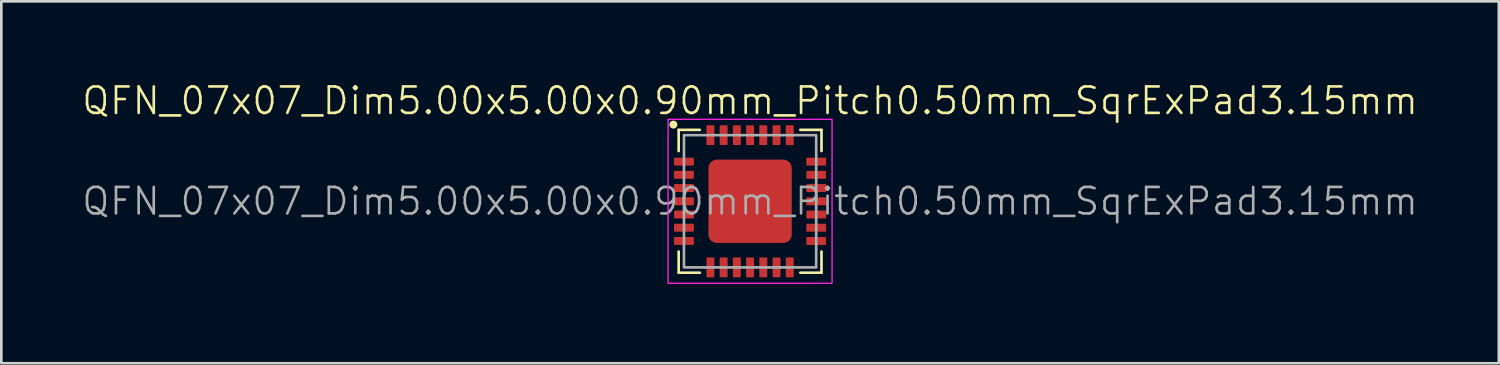
<source format=kicad_pcb>
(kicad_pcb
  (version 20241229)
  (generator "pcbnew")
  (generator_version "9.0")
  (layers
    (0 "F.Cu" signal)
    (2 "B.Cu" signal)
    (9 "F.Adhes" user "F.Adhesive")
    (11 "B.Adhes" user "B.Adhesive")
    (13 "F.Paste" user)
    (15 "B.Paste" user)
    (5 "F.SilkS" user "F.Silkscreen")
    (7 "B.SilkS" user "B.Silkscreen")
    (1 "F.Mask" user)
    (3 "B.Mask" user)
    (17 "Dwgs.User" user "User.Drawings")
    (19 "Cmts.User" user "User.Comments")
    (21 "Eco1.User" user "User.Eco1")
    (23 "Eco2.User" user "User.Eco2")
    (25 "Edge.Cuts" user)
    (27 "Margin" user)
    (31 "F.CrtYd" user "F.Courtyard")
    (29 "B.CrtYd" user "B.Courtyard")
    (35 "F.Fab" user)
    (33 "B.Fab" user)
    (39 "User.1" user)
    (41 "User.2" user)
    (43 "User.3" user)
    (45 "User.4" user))
  (footprint "QFN_07x07_Dim5.00x5.00x0.90mm_Pitch0.50mm_SqrExPad3.15mm"
    (layer "F.Cu")
    (at 25.312 4.561)
    (property "Reference" "QFN_07x07_Dim5.00x5.00x0.90mm_Pitch0.50mm_SqrExPad3.15mm" (at 0 -3.8 0) (unlocked yes) (layer "F.SilkS") (effects (font (size 1 1) (thickness 0.1))))
    (attr smd)
    (fp_line (start -2.7 -2.7) (end -2.7 -1.9) (stroke (width 0.1) (type default)) (layer "F.SilkS"))
    (fp_line (start -2.7 2.7) (end -2.7 1.9) (stroke (width 0.1) (type default)) (layer "F.SilkS"))
    (fp_line (start -1.9 -2.7) (end -2.7 -2.7) (stroke (width 0.1) (type default)) (layer "F.SilkS"))
    (fp_line (start -1.9 2.7) (end -2.7 2.7) (stroke (width 0.1) (type default)) (layer "F.SilkS"))
    (fp_line (start 1.9 -2.7) (end 2.7 -2.7) (stroke (width 0.1) (type default)) (layer "F.SilkS"))
    (fp_line (start 2.7 -2.7) (end 2.7 -1.9) (stroke (width 0.1) (type default)) (layer "F.SilkS"))
    (fp_line (start 2.7 1.9) (end 2.7 2.7) (stroke (width 0.1) (type default)) (layer "F.SilkS"))
    (fp_line (start 2.7 2.7) (end 1.9 2.7) (stroke (width 0.1) (type default)) (layer "F.SilkS"))
    (fp_circle (center -2.9 -2.9) (end -2.8 -2.9) (stroke (width 0.1) (type solid)) (fill yes) (layer "F.SilkS"))
    (fp_rect (start -3.1 -3.1) (end 3.1 3.1) (stroke (width 0.05) (type default)) (fill no) (layer "F.CrtYd"))
    (fp_rect (start -2.5 -2.5) (end 2.5 2.5) (stroke (width 0.1) (type default)) (fill no) (layer "F.Fab"))
    (fp_text user "${REFERENCE}" (at 0 0 0) (unlocked yes) (layer "F.Fab") (effects (font (size 1 1) (thickness 0.1))))
    (pad "1" smd roundrect (at -2.5 -1.5) (size 0.75 0.3) (layers "F.Cu" "F.Mask" "F.Paste") (roundrect_rratio 0.1))
    (pad "2" smd roundrect (at -2.5 -1) (size 0.75 0.3) (layers "F.Cu" "F.Mask" "F.Paste") (roundrect_rratio 0.1))
    (pad "3" smd roundrect (at -2.5 -0.5) (size 0.75 0.3) (layers "F.Cu" "F.Mask" "F.Paste") (roundrect_rratio 0.1))
    (pad "4" smd roundrect (at -2.5 0) (size 0.75 0.3) (layers "F.Cu" "F.Mask" "F.Paste") (roundrect_rratio 0.1))
    (pad "5" smd roundrect (at -2.5 0.5) (size 0.75 0.3) (layers "F.Cu" "F.Mask" "F.Paste") (roundrect_rratio 0.1))
    (pad "6" smd roundrect (at -2.5 1) (size 0.75 0.3) (layers "F.Cu" "F.Mask" "F.Paste") (roundrect_rratio 0.1))
    (pad "7" smd roundrect (at -2.5 1.5) (size 0.75 0.3) (layers "F.Cu" "F.Mask" "F.Paste") (roundrect_rratio 0.1))
    (pad "8" smd roundrect (at -1.5 2.5) (size 0.3 0.75) (layers "F.Cu" "F.Mask" "F.Paste") (roundrect_rratio 0.1))
    (pad "9" smd roundrect (at -1 2.5) (size 0.3 0.75) (layers "F.Cu" "F.Mask" "F.Paste") (roundrect_rratio 0.1))
    (pad "10" smd roundrect (at -0.5 2.5) (size 0.3 0.75) (layers "F.Cu" "F.Mask" "F.Paste") (roundrect_rratio 0.1))
    (pad "11" smd roundrect (at 0 2.5) (size 0.3 0.75) (layers "F.Cu" "F.Mask" "F.Paste") (roundrect_rratio 0.1))
    (pad "12" smd roundrect (at 0.5 2.5) (size 0.3 0.75) (layers "F.Cu" "F.Mask" "F.Paste") (roundrect_rratio 0.1))
    (pad "13" smd roundrect (at 1 2.5) (size 0.3 0.75) (layers "F.Cu" "F.Mask" "F.Paste") (roundrect_rratio 0.1))
    (pad "14" smd roundrect (at 1.5 2.5) (size 0.3 0.75) (layers "F.Cu" "F.Mask" "F.Paste") (roundrect_rratio 0.1))
    (pad "15" smd roundrect (at 2.5 1.5) (size 0.75 0.3) (layers "F.Cu" "F.Mask" "F.Paste") (roundrect_rratio 0.1))
    (pad "16" smd roundrect (at 2.5 1) (size 0.75 0.3) (layers "F.Cu" "F.Mask" "F.Paste") (roundrect_rratio 0.1))
    (pad "17" smd roundrect (at 2.5 0.5) (size 0.75 0.3) (layers "F.Cu" "F.Mask" "F.Paste") (roundrect_rratio 0.1))
    (pad "18" smd roundrect (at 2.5 0) (size 0.75 0.3) (layers "F.Cu" "F.Mask" "F.Paste") (roundrect_rratio 0.1))
    (pad "19" smd roundrect (at 2.5 -0.5) (size 0.75 0.3) (layers "F.Cu" "F.Mask" "F.Paste") (roundrect_rratio 0.1))
    (pad "20" smd roundrect (at 2.5 -1) (size 0.75 0.3) (layers "F.Cu" "F.Mask" "F.Paste") (roundrect_rratio 0.1))
    (pad "21" smd roundrect (at 2.5 -1.5) (size 0.75 0.3) (layers "F.Cu" "F.Mask" "F.Paste") (roundrect_rratio 0.1))
    (pad "22" smd roundrect (at 1.5 -2.5) (size 0.3 0.75) (layers "F.Cu" "F.Mask" "F.Paste") (roundrect_rratio 0.1))
    (pad "23" smd roundrect (at 1 -2.5) (size 0.3 0.75) (layers "F.Cu" "F.Mask" "F.Paste") (roundrect_rratio 0.1))
    (pad "24" smd roundrect (at 0.5 -2.5) (size 0.3 0.75) (layers "F.Cu" "F.Mask" "F.Paste") (roundrect_rratio 0.1))
    (pad "25" smd roundrect (at 0 -2.5) (size 0.3 0.75) (layers "F.Cu" "F.Mask" "F.Paste") (roundrect_rratio 0.1))
    (pad "26" smd roundrect (at -0.5 -2.5) (size 0.3 0.75) (layers "F.Cu" "F.Mask" "F.Paste") (roundrect_rratio 0.1))
    (pad "27" smd roundrect (at -1 -2.5) (size 0.3 0.75) (layers "F.Cu" "F.Mask" "F.Paste") (roundrect_rratio 0.1))
    (pad "28" smd roundrect (at -1.5 -2.5) (size 0.3 0.75) (layers "F.Cu" "F.Mask" "F.Paste") (roundrect_rratio 0.1))
    (pad "29" smd roundrect (at 0 0) (size 3.15 3.15) (layers "F.Cu" "F.Mask" "F.Paste") (roundrect_rratio 0.1)))
  (gr_rect
    (start -3 -3)
    (end 53.624 10.685)
    (stroke (width 0.1) (type default))
    (fill no)
    (layer "Edge.Cuts")))
</source>
